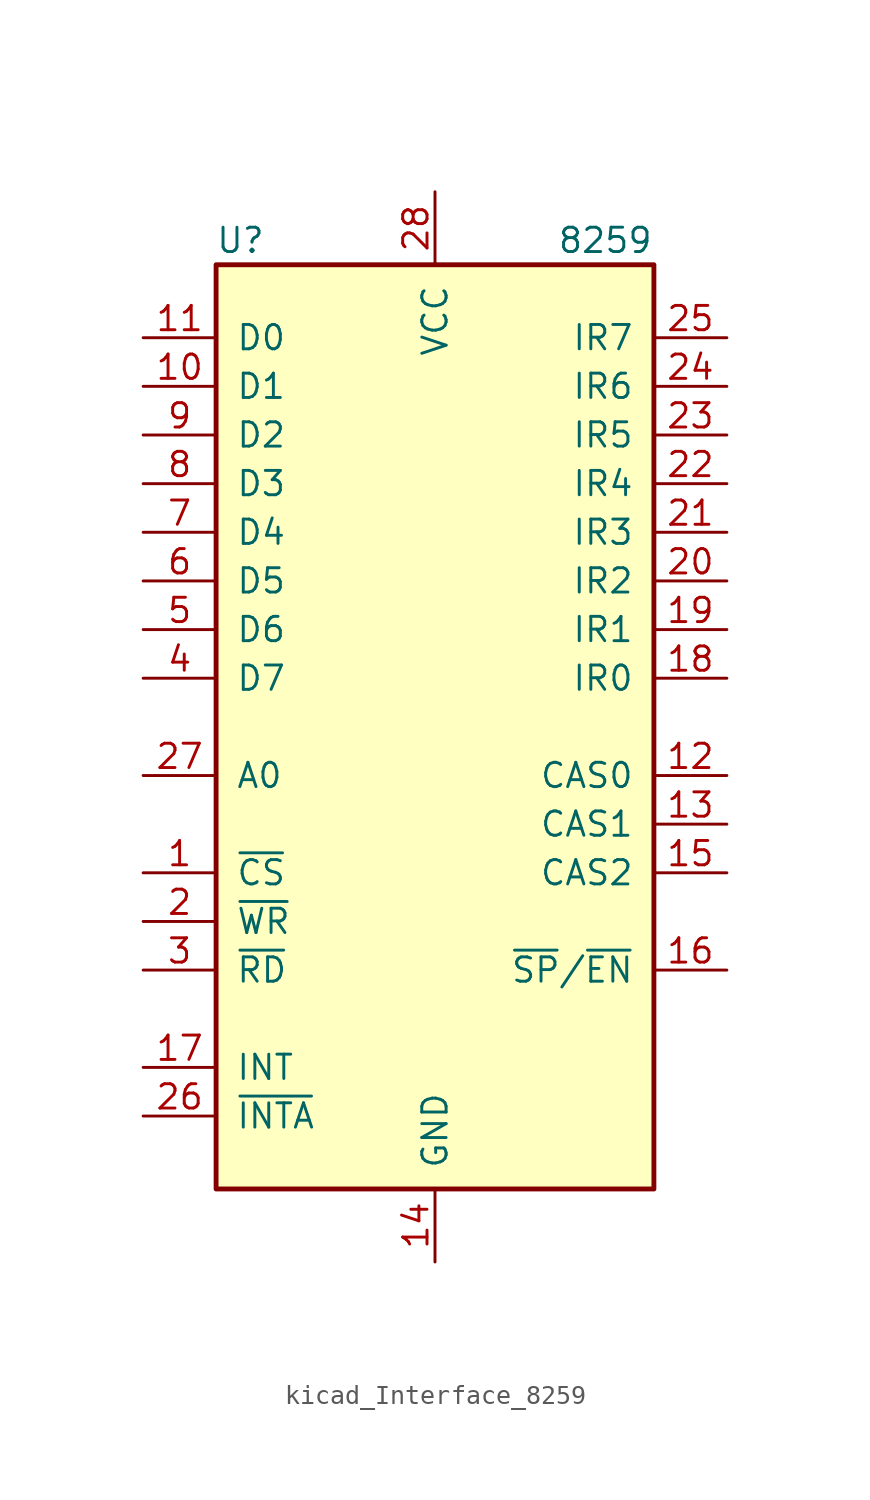
<source format=kicad_sym>
(kicad_symbol_lib
  (version 20220914)
  (generator kicad_symbol_editor)
  (symbol "kicad_Interface_8259"
    (pin_names
      (offset 1.016))
    (property "Reference" "U"
      (at -10.16 25.4 0)
      (effects (font (size 1.27 1.27))))
    (property "Value" "8259"
      (at 8.89 25.4 0)
      (effects (font (size 1.27 1.27))))
    (symbol "kicad_Interface_8259_0_1"
      (rectangle (start -11.43 24.13) (end 11.43 -24.13) (stroke (width 0.254) (type default)) (fill (type background))))
    (symbol "kicad_Interface_8259_1_1"
      (pin input line (at -15.24 -7.62 0) (length 3.81) (name "~{CS}" (effects (font (size 1.27 1.27)))) (number "1" (effects (font (size 1.27 1.27)))))
      (pin bidirectional line (at -15.24 17.78 0) (length 3.81) (name "D1" (effects (font (size 1.27 1.27)))) (number "10" (effects (font (size 1.27 1.27)))))
      (pin bidirectional line (at -15.24 20.32 0) (length 3.81) (name "D0" (effects (font (size 1.27 1.27)))) (number "11" (effects (font (size 1.27 1.27)))))
      (pin input line (at 15.24 -2.54 180) (length 3.81) (name "CAS0" (effects (font (size 1.27 1.27)))) (number "12" (effects (font (size 1.27 1.27)))))
      (pin output line (at 15.24 -5.08 180) (length 3.81) (name "CAS1" (effects (font (size 1.27 1.27)))) (number "13" (effects (font (size 1.27 1.27)))))
      (pin power_in line (at 0 -27.94 90) (length 3.81) (name "GND" (effects (font (size 1.27 1.27)))) (number "14" (effects (font (size 1.27 1.27)))))
      (pin output line (at 15.24 -7.62 180) (length 3.81) (name "CAS2" (effects (font (size 1.27 1.27)))) (number "15" (effects (font (size 1.27 1.27)))))
      (pin bidirectional line (at 15.24 -12.7 180) (length 3.81) (name "~{SP}/~{EN}" (effects (font (size 1.27 1.27)))) (number "16" (effects (font (size 1.27 1.27)))))
      (pin output line (at -15.24 -17.78 0) (length 3.81) (name "INT" (effects (font (size 1.27 1.27)))) (number "17" (effects (font (size 1.27 1.27)))))
      (pin input line (at 15.24 2.54 180) (length 3.81) (name "IR0" (effects (font (size 1.27 1.27)))) (number "18" (effects (font (size 1.27 1.27)))))
      (pin input line (at 15.24 5.08 180) (length 3.81) (name "IR1" (effects (font (size 1.27 1.27)))) (number "19" (effects (font (size 1.27 1.27)))))
      (pin input line (at -15.24 -10.16 0) (length 3.81) (name "~{WR}" (effects (font (size 1.27 1.27)))) (number "2" (effects (font (size 1.27 1.27)))))
      (pin input line (at 15.24 7.62 180) (length 3.81) (name "IR2" (effects (font (size 1.27 1.27)))) (number "20" (effects (font (size 1.27 1.27)))))
      (pin input line (at 15.24 10.16 180) (length 3.81) (name "IR3" (effects (font (size 1.27 1.27)))) (number "21" (effects (font (size 1.27 1.27)))))
      (pin input line (at 15.24 12.7 180) (length 3.81) (name "IR4" (effects (font (size 1.27 1.27)))) (number "22" (effects (font (size 1.27 1.27)))))
      (pin input line (at 15.24 15.24 180) (length 3.81) (name "IR5" (effects (font (size 1.27 1.27)))) (number "23" (effects (font (size 1.27 1.27)))))
      (pin input line (at 15.24 17.78 180) (length 3.81) (name "IR6" (effects (font (size 1.27 1.27)))) (number "24" (effects (font (size 1.27 1.27)))))
      (pin input line (at 15.24 20.32 180) (length 3.81) (name "IR7" (effects (font (size 1.27 1.27)))) (number "25" (effects (font (size 1.27 1.27)))))
      (pin input line (at -15.24 -20.32 0) (length 3.81) (name "~{INTA}" (effects (font (size 1.27 1.27)))) (number "26" (effects (font (size 1.27 1.27)))))
      (pin input line (at -15.24 -2.54 0) (length 3.81) (name "A0" (effects (font (size 1.27 1.27)))) (number "27" (effects (font (size 1.27 1.27)))))
      (pin power_in line (at 0 27.94 270) (length 3.81) (name "VCC" (effects (font (size 1.27 1.27)))) (number "28" (effects (font (size 1.27 1.27)))))
      (pin input line (at -15.24 -12.7 0) (length 3.81) (name "~{RD}" (effects (font (size 1.27 1.27)))) (number "3" (effects (font (size 1.27 1.27)))))
      (pin bidirectional line (at -15.24 2.54 0) (length 3.81) (name "D7" (effects (font (size 1.27 1.27)))) (number "4" (effects (font (size 1.27 1.27)))))
      (pin bidirectional line (at -15.24 5.08 0) (length 3.81) (name "D6" (effects (font (size 1.27 1.27)))) (number "5" (effects (font (size 1.27 1.27)))))
      (pin bidirectional line (at -15.24 7.62 0) (length 3.81) (name "D5" (effects (font (size 1.27 1.27)))) (number "6" (effects (font (size 1.27 1.27)))))
      (pin bidirectional line (at -15.24 10.16 0) (length 3.81) (name "D4" (effects (font (size 1.27 1.27)))) (number "7" (effects (font (size 1.27 1.27)))))
      (pin bidirectional line (at -15.24 12.7 0) (length 3.81) (name "D3" (effects (font (size 1.27 1.27)))) (number "8" (effects (font (size 1.27 1.27)))))
      (pin bidirectional line (at -15.24 15.24 0) (length 3.81) (name "D2" (effects (font (size 1.27 1.27)))) (number "9" (effects (font (size 1.27 1.27))))))))
</source>
